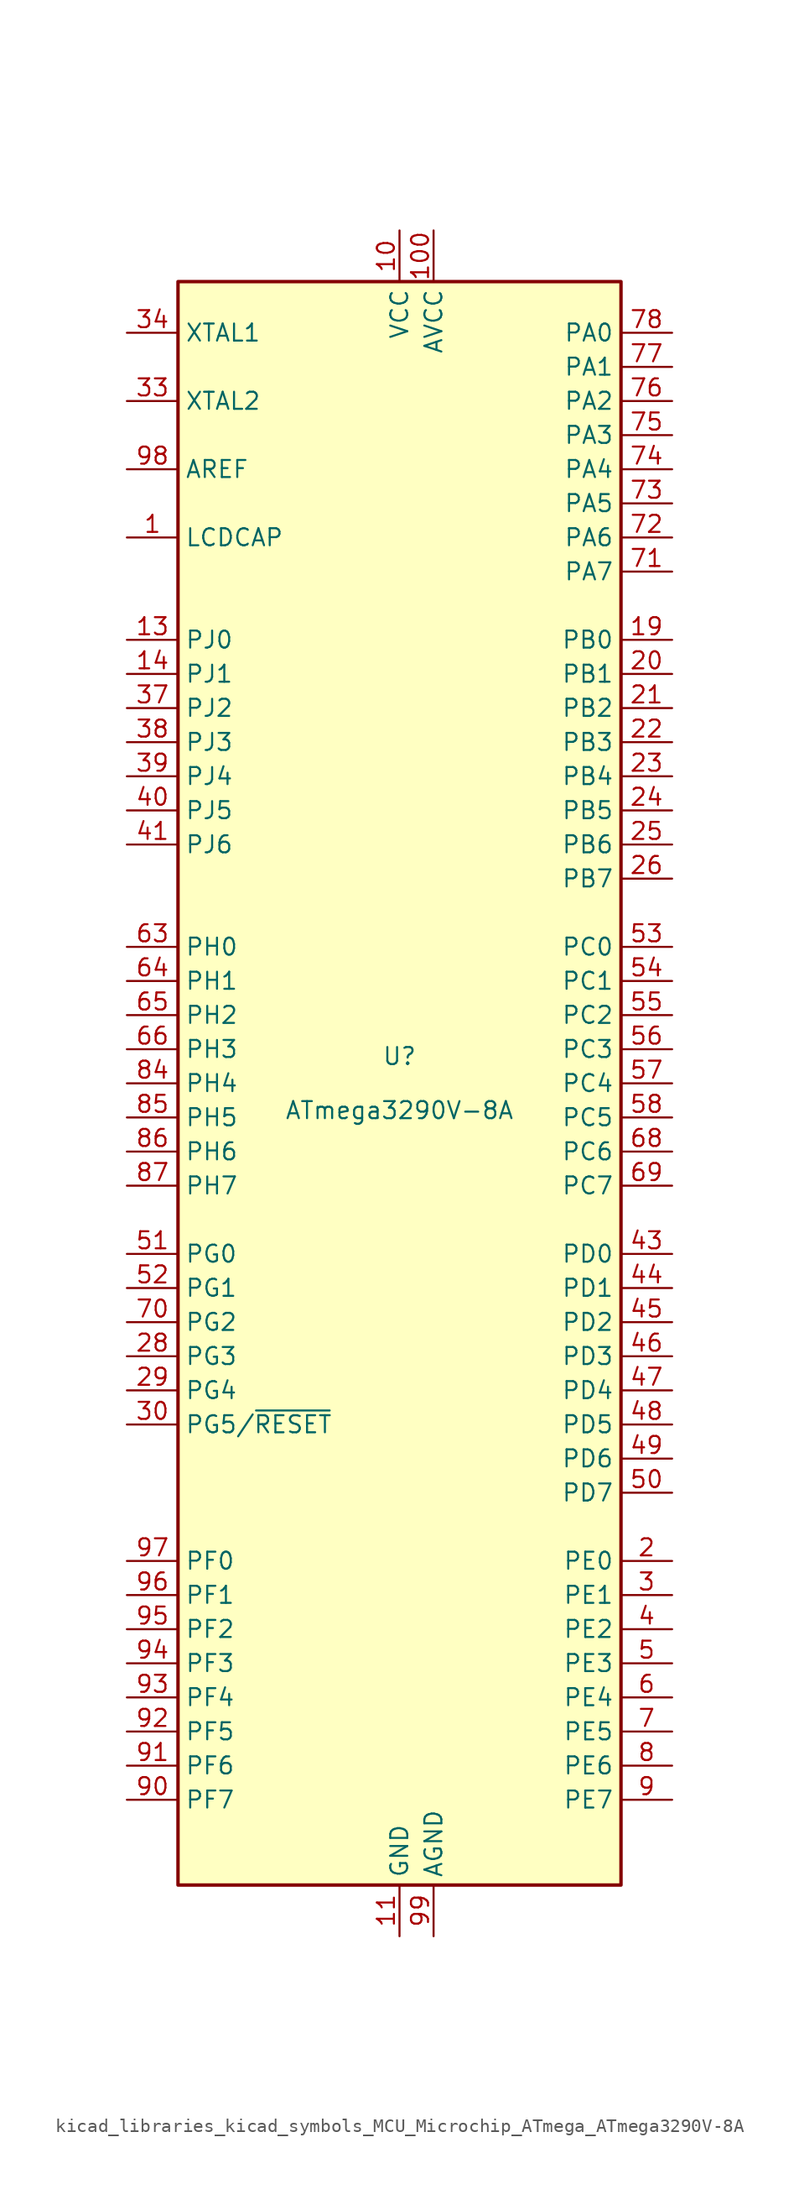
<source format=kicad_sym>
(kicad_symbol_lib
  (version 20220914)
  (generator kicad_symbol_editor)
  (symbol "kicad_libraries_kicad_symbols_MCU_Microchip_ATmega_ATmega3290V-8A"
    (property "Reference" "U"
      (at 0 1.27 0)
      (effects (font (size 1.27 1.27)) (justify bottom)))
    (property "Value" "ATmega3290V-8A"
      (at 0 -1.27 0)
      (effects (font (size 1.27 1.27)) (justify top)))
    (symbol "kicad_libraries_kicad_symbols_MCU_Microchip_ATmega_ATmega3290V-8A_0_1"
      (rectangle (start -16.51 -59.69) (end 16.51 59.69) (stroke (width 0.254) (type default)) (fill (type background))))
    (symbol "kicad_libraries_kicad_symbols_MCU_Microchip_ATmega_ATmega3290V-8A_1_1"
      (pin passive line (at -20.32 40.64 0) (length 3.81) (name "LCDCAP" (effects (font (size 1.27 1.27)))) (number "1" (effects (font (size 1.27 1.27)))))
      (pin power_in line (at 0 63.5 270) (length 3.81) (name "VCC" (effects (font (size 1.27 1.27)))) (number "10" (effects (font (size 1.27 1.27)))))
      (pin power_in line (at 2.54 63.5 270) (length 3.81) (name "AVCC" (effects (font (size 1.27 1.27)))) (number "100" (effects (font (size 1.27 1.27)))))
      (pin power_in line (at 0 -63.5 90) (length 3.81) (name "GND" (effects (font (size 1.27 1.27)))) (number "11" (effects (font (size 1.27 1.27)))))
      (pin no_connect line (at -15.24 38.1 0) (length 2.54) hide (name "NC" (effects (font (size 1.27 1.27)))) (number "12" (effects (font (size 1.27 1.27)))))
      (pin bidirectional line (at -20.32 33.02 0) (length 3.81) (name "PJ0" (effects (font (size 1.27 1.27)))) (number "13" (effects (font (size 1.27 1.27)))))
      (pin bidirectional line (at -20.32 30.48 0) (length 3.81) (name "PJ1" (effects (font (size 1.27 1.27)))) (number "14" (effects (font (size 1.27 1.27)))))
      (pin no_connect line (at -15.24 35.56 0) (length 2.54) hide (name "NC" (effects (font (size 1.27 1.27)))) (number "15" (effects (font (size 1.27 1.27)))))
      (pin no_connect line (at -15.24 15.24 0) (length 2.54) hide (name "NC" (effects (font (size 1.27 1.27)))) (number "16" (effects (font (size 1.27 1.27)))))
      (pin no_connect line (at -15.24 12.7 0) (length 2.54) hide (name "NC" (effects (font (size 1.27 1.27)))) (number "17" (effects (font (size 1.27 1.27)))))
      (pin no_connect line (at -15.24 -10.16 0) (length 2.54) hide (name "NC" (effects (font (size 1.27 1.27)))) (number "18" (effects (font (size 1.27 1.27)))))
      (pin bidirectional line (at 20.32 33.02 180) (length 3.81) (name "PB0" (effects (font (size 1.27 1.27)))) (number "19" (effects (font (size 1.27 1.27)))))
      (pin bidirectional line (at 20.32 -35.56 180) (length 3.81) (name "PE0" (effects (font (size 1.27 1.27)))) (number "2" (effects (font (size 1.27 1.27)))))
      (pin bidirectional line (at 20.32 30.48 180) (length 3.81) (name "PB1" (effects (font (size 1.27 1.27)))) (number "20" (effects (font (size 1.27 1.27)))))
      (pin bidirectional line (at 20.32 27.94 180) (length 3.81) (name "PB2" (effects (font (size 1.27 1.27)))) (number "21" (effects (font (size 1.27 1.27)))))
      (pin bidirectional line (at 20.32 25.4 180) (length 3.81) (name "PB3" (effects (font (size 1.27 1.27)))) (number "22" (effects (font (size 1.27 1.27)))))
      (pin bidirectional line (at 20.32 22.86 180) (length 3.81) (name "PB4" (effects (font (size 1.27 1.27)))) (number "23" (effects (font (size 1.27 1.27)))))
      (pin bidirectional line (at 20.32 20.32 180) (length 3.81) (name "PB5" (effects (font (size 1.27 1.27)))) (number "24" (effects (font (size 1.27 1.27)))))
      (pin bidirectional line (at 20.32 17.78 180) (length 3.81) (name "PB6" (effects (font (size 1.27 1.27)))) (number "25" (effects (font (size 1.27 1.27)))))
      (pin bidirectional line (at 20.32 15.24 180) (length 3.81) (name "PB7" (effects (font (size 1.27 1.27)))) (number "26" (effects (font (size 1.27 1.27)))))
      (pin no_connect line (at -15.24 -27.94 0) (length 2.54) hide (name "NC" (effects (font (size 1.27 1.27)))) (number "27" (effects (font (size 1.27 1.27)))))
      (pin bidirectional line (at -20.32 -20.32 0) (length 3.81) (name "PG3" (effects (font (size 1.27 1.27)))) (number "28" (effects (font (size 1.27 1.27)))))
      (pin bidirectional line (at -20.32 -22.86 0) (length 3.81) (name "PG4" (effects (font (size 1.27 1.27)))) (number "29" (effects (font (size 1.27 1.27)))))
      (pin bidirectional line (at 20.32 -38.1 180) (length 3.81) (name "PE1" (effects (font (size 1.27 1.27)))) (number "3" (effects (font (size 1.27 1.27)))))
      (pin bidirectional line (at -20.32 -25.4 0) (length 3.81) (name "PG5/~{RESET}" (effects (font (size 1.27 1.27)))) (number "30" (effects (font (size 1.27 1.27)))))
      (pin passive line (at 0 63.5 270) (length 3.81) hide (name "VCC" (effects (font (size 1.27 1.27)))) (number "31" (effects (font (size 1.27 1.27)))))
      (pin passive line (at 0 -63.5 90) (length 3.81) hide (name "GND" (effects (font (size 1.27 1.27)))) (number "32" (effects (font (size 1.27 1.27)))))
      (pin output line (at -20.32 50.8 0) (length 3.81) (name "XTAL2" (effects (font (size 1.27 1.27)))) (number "33" (effects (font (size 1.27 1.27)))))
      (pin input line (at -20.32 55.88 0) (length 3.81) (name "XTAL1" (effects (font (size 1.27 1.27)))) (number "34" (effects (font (size 1.27 1.27)))))
      (pin no_connect line (at -15.24 -30.48 0) (length 2.54) hide (name "NC" (effects (font (size 1.27 1.27)))) (number "35" (effects (font (size 1.27 1.27)))))
      (pin no_connect line (at -15.24 -33.02 0) (length 2.54) hide (name "NC" (effects (font (size 1.27 1.27)))) (number "36" (effects (font (size 1.27 1.27)))))
      (pin bidirectional line (at -20.32 27.94 0) (length 3.81) (name "PJ2" (effects (font (size 1.27 1.27)))) (number "37" (effects (font (size 1.27 1.27)))))
      (pin bidirectional line (at -20.32 25.4 0) (length 3.81) (name "PJ3" (effects (font (size 1.27 1.27)))) (number "38" (effects (font (size 1.27 1.27)))))
      (pin bidirectional line (at -20.32 22.86 0) (length 3.81) (name "PJ4" (effects (font (size 1.27 1.27)))) (number "39" (effects (font (size 1.27 1.27)))))
      (pin bidirectional line (at 20.32 -40.64 180) (length 3.81) (name "PE2" (effects (font (size 1.27 1.27)))) (number "4" (effects (font (size 1.27 1.27)))))
      (pin bidirectional line (at -20.32 20.32 0) (length 3.81) (name "PJ5" (effects (font (size 1.27 1.27)))) (number "40" (effects (font (size 1.27 1.27)))))
      (pin bidirectional line (at -20.32 17.78 0) (length 3.81) (name "PJ6" (effects (font (size 1.27 1.27)))) (number "41" (effects (font (size 1.27 1.27)))))
      (pin no_connect line (at -15.24 -58.42 90) (length 2.54) hide (name "NC" (effects (font (size 1.27 1.27)))) (number "42" (effects (font (size 1.27 1.27)))))
      (pin bidirectional line (at 20.32 -12.7 180) (length 3.81) (name "PD0" (effects (font (size 1.27 1.27)))) (number "43" (effects (font (size 1.27 1.27)))))
      (pin bidirectional line (at 20.32 -15.24 180) (length 3.81) (name "PD1" (effects (font (size 1.27 1.27)))) (number "44" (effects (font (size 1.27 1.27)))))
      (pin bidirectional line (at 20.32 -17.78 180) (length 3.81) (name "PD2" (effects (font (size 1.27 1.27)))) (number "45" (effects (font (size 1.27 1.27)))))
      (pin bidirectional line (at 20.32 -20.32 180) (length 3.81) (name "PD3" (effects (font (size 1.27 1.27)))) (number "46" (effects (font (size 1.27 1.27)))))
      (pin bidirectional line (at 20.32 -22.86 180) (length 3.81) (name "PD4" (effects (font (size 1.27 1.27)))) (number "47" (effects (font (size 1.27 1.27)))))
      (pin bidirectional line (at 20.32 -25.4 180) (length 3.81) (name "PD5" (effects (font (size 1.27 1.27)))) (number "48" (effects (font (size 1.27 1.27)))))
      (pin bidirectional line (at 20.32 -27.94 180) (length 3.81) (name "PD6" (effects (font (size 1.27 1.27)))) (number "49" (effects (font (size 1.27 1.27)))))
      (pin bidirectional line (at 20.32 -43.18 180) (length 3.81) (name "PE3" (effects (font (size 1.27 1.27)))) (number "5" (effects (font (size 1.27 1.27)))))
      (pin bidirectional line (at 20.32 -30.48 180) (length 3.81) (name "PD7" (effects (font (size 1.27 1.27)))) (number "50" (effects (font (size 1.27 1.27)))))
      (pin bidirectional line (at -20.32 -12.7 0) (length 3.81) (name "PG0" (effects (font (size 1.27 1.27)))) (number "51" (effects (font (size 1.27 1.27)))))
      (pin bidirectional line (at -20.32 -15.24 0) (length 3.81) (name "PG1" (effects (font (size 1.27 1.27)))) (number "52" (effects (font (size 1.27 1.27)))))
      (pin bidirectional line (at 20.32 10.16 180) (length 3.81) (name "PC0" (effects (font (size 1.27 1.27)))) (number "53" (effects (font (size 1.27 1.27)))))
      (pin bidirectional line (at 20.32 7.62 180) (length 3.81) (name "PC1" (effects (font (size 1.27 1.27)))) (number "54" (effects (font (size 1.27 1.27)))))
      (pin bidirectional line (at 20.32 5.08 180) (length 3.81) (name "PC2" (effects (font (size 1.27 1.27)))) (number "55" (effects (font (size 1.27 1.27)))))
      (pin bidirectional line (at 20.32 2.54 180) (length 3.81) (name "PC3" (effects (font (size 1.27 1.27)))) (number "56" (effects (font (size 1.27 1.27)))))
      (pin bidirectional line (at 20.32 0 180) (length 3.81) (name "PC4" (effects (font (size 1.27 1.27)))) (number "57" (effects (font (size 1.27 1.27)))))
      (pin bidirectional line (at 20.32 -2.54 180) (length 3.81) (name "PC5" (effects (font (size 1.27 1.27)))) (number "58" (effects (font (size 1.27 1.27)))))
      (pin no_connect line (at -12.7 -58.42 90) (length 2.54) hide (name "NC" (effects (font (size 1.27 1.27)))) (number "59" (effects (font (size 1.27 1.27)))))
      (pin bidirectional line (at 20.32 -45.72 180) (length 3.81) (name "PE4" (effects (font (size 1.27 1.27)))) (number "6" (effects (font (size 1.27 1.27)))))
      (pin no_connect line (at -10.16 -58.42 90) (length 2.54) hide (name "NC" (effects (font (size 1.27 1.27)))) (number "60" (effects (font (size 1.27 1.27)))))
      (pin no_connect line (at -7.62 -58.42 90) (length 2.54) hide (name "NC" (effects (font (size 1.27 1.27)))) (number "61" (effects (font (size 1.27 1.27)))))
      (pin no_connect line (at -5.08 -58.42 90) (length 2.54) hide (name "NC" (effects (font (size 1.27 1.27)))) (number "62" (effects (font (size 1.27 1.27)))))
      (pin bidirectional line (at -20.32 10.16 0) (length 3.81) (name "PH0" (effects (font (size 1.27 1.27)))) (number "63" (effects (font (size 1.27 1.27)))))
      (pin bidirectional line (at -20.32 7.62 0) (length 3.81) (name "PH1" (effects (font (size 1.27 1.27)))) (number "64" (effects (font (size 1.27 1.27)))))
      (pin bidirectional line (at -20.32 5.08 0) (length 3.81) (name "PH2" (effects (font (size 1.27 1.27)))) (number "65" (effects (font (size 1.27 1.27)))))
      (pin bidirectional line (at -20.32 2.54 0) (length 3.81) (name "PH3" (effects (font (size 1.27 1.27)))) (number "66" (effects (font (size 1.27 1.27)))))
      (pin no_connect line (at -2.54 -58.42 90) (length 2.54) hide (name "NC" (effects (font (size 1.27 1.27)))) (number "67" (effects (font (size 1.27 1.27)))))
      (pin bidirectional line (at 20.32 -5.08 180) (length 3.81) (name "PC6" (effects (font (size 1.27 1.27)))) (number "68" (effects (font (size 1.27 1.27)))))
      (pin bidirectional line (at 20.32 -7.62 180) (length 3.81) (name "PC7" (effects (font (size 1.27 1.27)))) (number "69" (effects (font (size 1.27 1.27)))))
      (pin bidirectional line (at 20.32 -48.26 180) (length 3.81) (name "PE5" (effects (font (size 1.27 1.27)))) (number "7" (effects (font (size 1.27 1.27)))))
      (pin bidirectional line (at -20.32 -17.78 0) (length 3.81) (name "PG2" (effects (font (size 1.27 1.27)))) (number "70" (effects (font (size 1.27 1.27)))))
      (pin bidirectional line (at 20.32 38.1 180) (length 3.81) (name "PA7" (effects (font (size 1.27 1.27)))) (number "71" (effects (font (size 1.27 1.27)))))
      (pin bidirectional line (at 20.32 40.64 180) (length 3.81) (name "PA6" (effects (font (size 1.27 1.27)))) (number "72" (effects (font (size 1.27 1.27)))))
      (pin bidirectional line (at 20.32 43.18 180) (length 3.81) (name "PA5" (effects (font (size 1.27 1.27)))) (number "73" (effects (font (size 1.27 1.27)))))
      (pin bidirectional line (at 20.32 45.72 180) (length 3.81) (name "PA4" (effects (font (size 1.27 1.27)))) (number "74" (effects (font (size 1.27 1.27)))))
      (pin bidirectional line (at 20.32 48.26 180) (length 3.81) (name "PA3" (effects (font (size 1.27 1.27)))) (number "75" (effects (font (size 1.27 1.27)))))
      (pin bidirectional line (at 20.32 50.8 180) (length 3.81) (name "PA2" (effects (font (size 1.27 1.27)))) (number "76" (effects (font (size 1.27 1.27)))))
      (pin bidirectional line (at 20.32 53.34 180) (length 3.81) (name "PA1" (effects (font (size 1.27 1.27)))) (number "77" (effects (font (size 1.27 1.27)))))
      (pin bidirectional line (at 20.32 55.88 180) (length 3.81) (name "PA0" (effects (font (size 1.27 1.27)))) (number "78" (effects (font (size 1.27 1.27)))))
      (pin no_connect line (at 5.08 -58.42 90) (length 2.54) hide (name "NC" (effects (font (size 1.27 1.27)))) (number "79" (effects (font (size 1.27 1.27)))))
      (pin bidirectional line (at 20.32 -50.8 180) (length 3.81) (name "PE6" (effects (font (size 1.27 1.27)))) (number "8" (effects (font (size 1.27 1.27)))))
      (pin passive line (at 0 63.5 270) (length 3.81) hide (name "VCC" (effects (font (size 1.27 1.27)))) (number "80" (effects (font (size 1.27 1.27)))))
      (pin passive line (at 0 -63.5 90) (length 3.81) hide (name "GND" (effects (font (size 1.27 1.27)))) (number "81" (effects (font (size 1.27 1.27)))))
      (pin no_connect line (at 7.62 -58.42 90) (length 2.54) hide (name "NC" (effects (font (size 1.27 1.27)))) (number "82" (effects (font (size 1.27 1.27)))))
      (pin no_connect line (at 10.16 -58.42 90) (length 2.54) hide (name "NC" (effects (font (size 1.27 1.27)))) (number "83" (effects (font (size 1.27 1.27)))))
      (pin bidirectional line (at -20.32 0 0) (length 3.81) (name "PH4" (effects (font (size 1.27 1.27)))) (number "84" (effects (font (size 1.27 1.27)))))
      (pin bidirectional line (at -20.32 -2.54 0) (length 3.81) (name "PH5" (effects (font (size 1.27 1.27)))) (number "85" (effects (font (size 1.27 1.27)))))
      (pin bidirectional line (at -20.32 -5.08 0) (length 3.81) (name "PH6" (effects (font (size 1.27 1.27)))) (number "86" (effects (font (size 1.27 1.27)))))
      (pin bidirectional line (at -20.32 -7.62 0) (length 3.81) (name "PH7" (effects (font (size 1.27 1.27)))) (number "87" (effects (font (size 1.27 1.27)))))
      (pin no_connect line (at 12.7 -58.42 90) (length 2.54) hide (name "NC" (effects (font (size 1.27 1.27)))) (number "88" (effects (font (size 1.27 1.27)))))
      (pin no_connect line (at 15.24 -58.42 90) (length 2.54) hide (name "NC" (effects (font (size 1.27 1.27)))) (number "89" (effects (font (size 1.27 1.27)))))
      (pin bidirectional line (at 20.32 -53.34 180) (length 3.81) (name "PE7" (effects (font (size 1.27 1.27)))) (number "9" (effects (font (size 1.27 1.27)))))
      (pin bidirectional line (at -20.32 -53.34 0) (length 3.81) (name "PF7" (effects (font (size 1.27 1.27)))) (number "90" (effects (font (size 1.27 1.27)))))
      (pin bidirectional line (at -20.32 -50.8 0) (length 3.81) (name "PF6" (effects (font (size 1.27 1.27)))) (number "91" (effects (font (size 1.27 1.27)))))
      (pin bidirectional line (at -20.32 -48.26 0) (length 3.81) (name "PF5" (effects (font (size 1.27 1.27)))) (number "92" (effects (font (size 1.27 1.27)))))
      (pin bidirectional line (at -20.32 -45.72 0) (length 3.81) (name "PF4" (effects (font (size 1.27 1.27)))) (number "93" (effects (font (size 1.27 1.27)))))
      (pin bidirectional line (at -20.32 -43.18 0) (length 3.81) (name "PF3" (effects (font (size 1.27 1.27)))) (number "94" (effects (font (size 1.27 1.27)))))
      (pin bidirectional line (at -20.32 -40.64 0) (length 3.81) (name "PF2" (effects (font (size 1.27 1.27)))) (number "95" (effects (font (size 1.27 1.27)))))
      (pin bidirectional line (at -20.32 -38.1 0) (length 3.81) (name "PF1" (effects (font (size 1.27 1.27)))) (number "96" (effects (font (size 1.27 1.27)))))
      (pin bidirectional line (at -20.32 -35.56 0) (length 3.81) (name "PF0" (effects (font (size 1.27 1.27)))) (number "97" (effects (font (size 1.27 1.27)))))
      (pin passive line (at -20.32 45.72 0) (length 3.81) (name "AREF" (effects (font (size 1.27 1.27)))) (number "98" (effects (font (size 1.27 1.27)))))
      (pin power_in line (at 2.54 -63.5 90) (length 3.81) (name "AGND" (effects (font (size 1.27 1.27)))) (number "99" (effects (font (size 1.27 1.27))))))))
</source>
